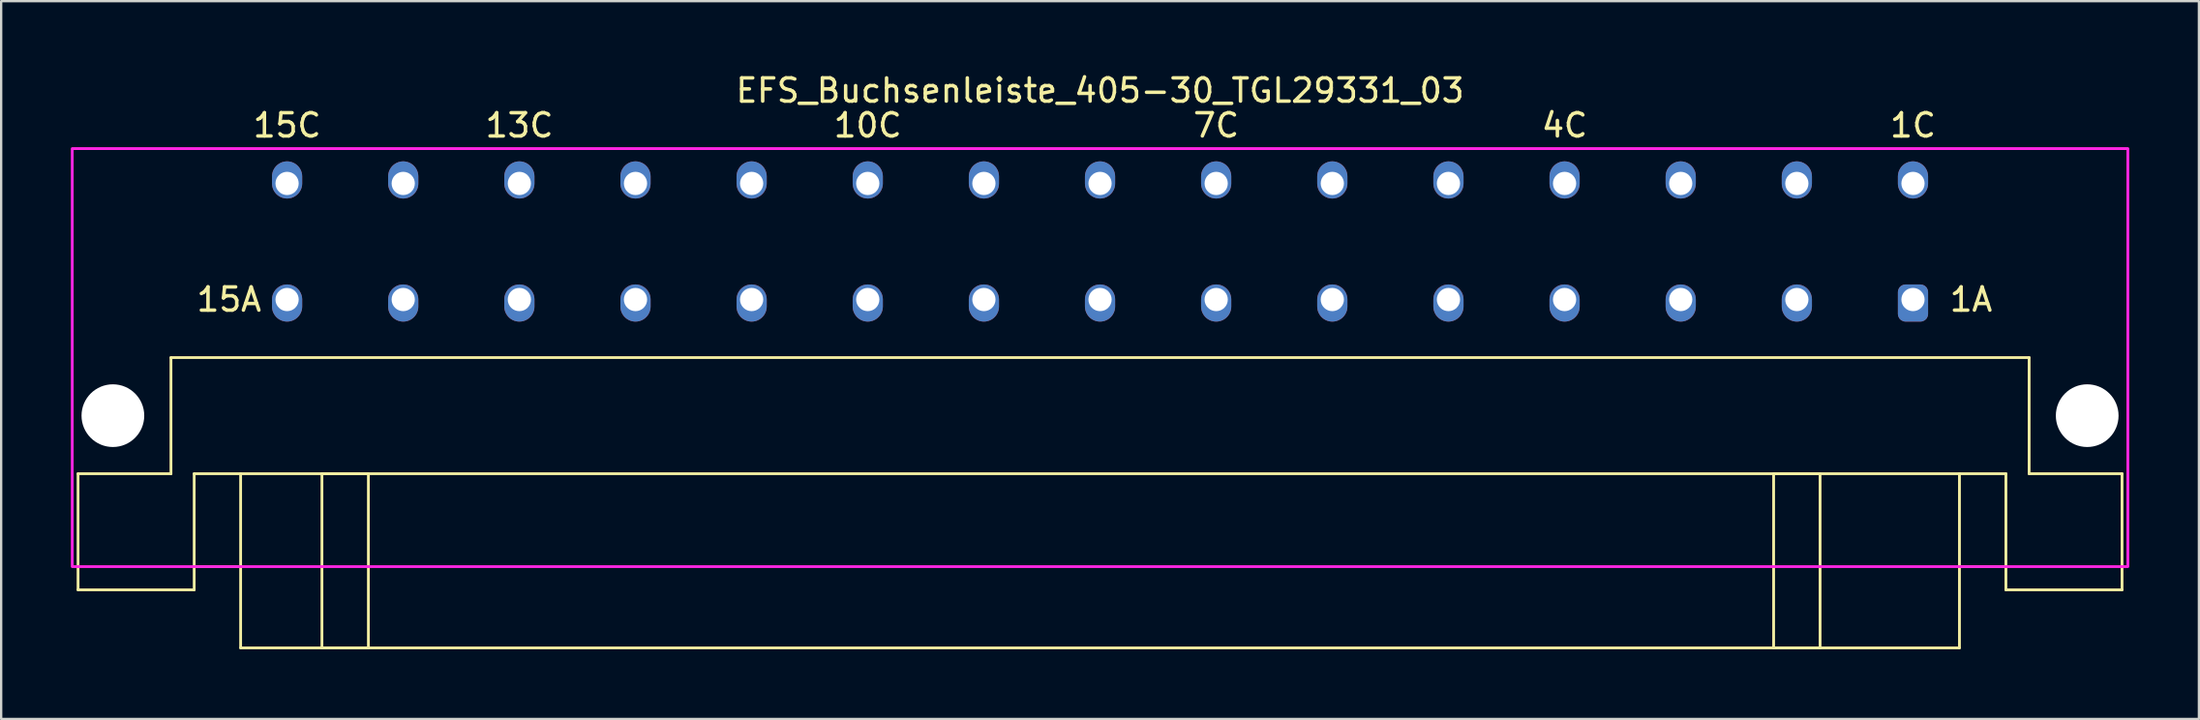
<source format=kicad_pcb>
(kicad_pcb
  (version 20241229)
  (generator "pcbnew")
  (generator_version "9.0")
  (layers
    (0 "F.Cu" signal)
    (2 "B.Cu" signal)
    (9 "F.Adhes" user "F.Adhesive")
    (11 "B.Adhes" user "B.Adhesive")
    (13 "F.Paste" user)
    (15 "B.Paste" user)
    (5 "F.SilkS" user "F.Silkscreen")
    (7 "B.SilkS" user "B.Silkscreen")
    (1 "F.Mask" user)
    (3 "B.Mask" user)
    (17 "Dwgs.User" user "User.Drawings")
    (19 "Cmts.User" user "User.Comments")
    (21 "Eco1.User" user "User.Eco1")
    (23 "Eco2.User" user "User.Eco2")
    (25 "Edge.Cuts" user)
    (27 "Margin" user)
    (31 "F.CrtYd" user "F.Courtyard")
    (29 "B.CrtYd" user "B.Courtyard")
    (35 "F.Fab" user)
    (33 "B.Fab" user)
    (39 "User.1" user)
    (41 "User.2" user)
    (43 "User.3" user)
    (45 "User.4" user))
  (footprint "EFS_Buchsenleiste_405-30_TGL29331_03"
    (layer "F.Cu")
    (at 44.31 21.348)
    (property "Reference" "EFS_Buchsenleiste_405-30_TGL29331_03" (at 0 -20.5 0) (layer "F.SilkS") (effects (font (size 1 1) (thickness 0.15))))
    (attr through_hole)
    (fp_line (start -44 -4) (end -44 1) (stroke (width 0.12) (type solid)) (layer "F.SilkS"))
    (fp_line (start -44 -4) (end -40 -4) (stroke (width 0.12) (type solid)) (layer "F.SilkS"))
    (fp_line (start -44 1) (end -39 1) (stroke (width 0.12) (type solid)) (layer "F.SilkS"))
    (fp_line (start -40 -9) (end -40 -4) (stroke (width 0.12) (type solid)) (layer "F.SilkS"))
    (fp_line (start -39 -4) (end -39 1) (stroke (width 0.12) (type solid)) (layer "F.SilkS"))
    (fp_line (start -39 -4) (end 39 -4) (stroke (width 0.12) (type solid)) (layer "F.SilkS"))
    (fp_line (start -37 0) (end -39 0) (stroke (width 0.12) (type solid)) (layer "F.SilkS"))
    (fp_line (start -37 3.5) (end -37 -4) (stroke (width 0.12) (type solid)) (layer "F.SilkS"))
    (fp_line (start -37 3.5) (end 37 3.5) (stroke (width 0.12) (type solid)) (layer "F.SilkS"))
    (fp_line (start 37 3.5) (end 37 -4) (stroke (width 0.12) (type solid)) (layer "F.SilkS"))
    (fp_line (start 39 -4) (end 39 1) (stroke (width 0.12) (type solid)) (layer "F.SilkS"))
    (fp_line (start 39 0) (end 37 0) (stroke (width 0.12) (type solid)) (layer "F.SilkS"))
    (fp_line (start 39 1) (end 44 1) (stroke (width 0.12) (type solid)) (layer "F.SilkS"))
    (fp_line (start 40 -9) (end -40 -9) (stroke (width 0.12) (type solid)) (layer "F.SilkS"))
    (fp_line (start 40 -9) (end 40 -4) (stroke (width 0.12) (type solid)) (layer "F.SilkS"))
    (fp_line (start 40 -4) (end 44 -4) (stroke (width 0.12) (type solid)) (layer "F.SilkS"))
    (fp_line (start 44 -4) (end 44 1) (stroke (width 0.12) (type solid)) (layer "F.SilkS"))
    (fp_rect (start -33.5 -4) (end -31.5 3.5) (stroke (width 0.12) (type solid)) (fill no) (layer "F.SilkS"))
    (fp_rect (start 29 -4) (end 31 3.5) (stroke (width 0.12) (type solid)) (fill no) (layer "F.SilkS"))
    (fp_rect (start -44.25 -18) (end 44.25 0) (stroke (width 0.12) (type solid)) (fill no) (layer "F.CrtYd"))
    (fp_text user "1C" (at 35 -19 180) (layer "F.SilkS") (effects (font (size 1 1) (thickness 0.15))))
    (fp_text user "4C" (at 20 -19 180) (layer "F.SilkS") (effects (font (size 1 1) (thickness 0.15))))
    (fp_text user "10C" (at -10 -19 180) (layer "F.SilkS") (effects (font (size 1 1) (thickness 0.15))))
    (fp_text user "15C" (at -35 -19 180) (layer "F.SilkS") (effects (font (size 1 1) (thickness 0.15))))
    (fp_text user "15A" (at -37.5 -11.5 180) (layer "F.SilkS") (effects (font (size 1 1) (thickness 0.15))))
    (fp_text user "13C" (at -25 -19 180) (layer "F.SilkS") (effects (font (size 1 1) (thickness 0.15))))
    (fp_text user "7C" (at 5 -19 180) (layer "F.SilkS") (effects (font (size 1 1) (thickness 0.15))))
    (fp_text user "1A" (at 37.5 -11.5 180) (layer "F.SilkS") (effects (font (size 1 1) (thickness 0.15))))
    (pad "" np_thru_hole circle (at -42.5 -6.5 180) (size 2.7 2.7) (drill 2.7) (layers "*.Cu" "*.Mask"))
    (pad "" np_thru_hole circle (at 42.5 -6.5 180) (size 2.7 2.7) (drill 2.7) (layers "*.Cu" "*.Mask"))
    (pad "1a" thru_hole roundrect (at 35 -11.5 180) (size 1.3 1.6) (drill 1 (offset 0 -0.15)) (layers "*.Cu" "*.Mask") (roundrect_rratio 0.25))
    (pad "1c" thru_hole oval (at 35 -16.5 180) (size 1.3 1.6) (drill 1 (offset 0 0.15)) (layers "*.Cu" "*.Mask"))
    (pad "2a" thru_hole oval (at 30 -11.5 180) (size 1.3 1.6) (drill 1 (offset 0 -0.15)) (layers "*.Cu" "*.Mask"))
    (pad "2c" thru_hole oval (at 30 -16.5 180) (size 1.3 1.6) (drill 1 (offset 0 0.15)) (layers "*.Cu" "*.Mask"))
    (pad "3a" thru_hole oval (at 25 -11.5 180) (size 1.3 1.6) (drill 1 (offset 0 -0.15)) (layers "*.Cu" "*.Mask"))
    (pad "3c" thru_hole oval (at 25 -16.5 180) (size 1.3 1.6) (drill 1 (offset 0 0.15)) (layers "*.Cu" "*.Mask"))
    (pad "4a" thru_hole oval (at 20 -11.5 180) (size 1.3 1.6) (drill 1 (offset 0 -0.15)) (layers "*.Cu" "*.Mask"))
    (pad "4c" thru_hole oval (at 20 -16.5 180) (size 1.3 1.6) (drill 1 (offset 0 0.15)) (layers "*.Cu" "*.Mask"))
    (pad "5a" thru_hole oval (at 15 -11.5 180) (size 1.3 1.6) (drill 1 (offset 0 -0.15)) (layers "*.Cu" "*.Mask"))
    (pad "5c" thru_hole oval (at 15 -16.5 180) (size 1.3 1.6) (drill 1 (offset 0 0.15)) (layers "*.Cu" "*.Mask"))
    (pad "6a" thru_hole oval (at 10 -11.5 180) (size 1.3 1.6) (drill 1 (offset 0 -0.15)) (layers "*.Cu" "*.Mask"))
    (pad "6c" thru_hole oval (at 10 -16.5 180) (size 1.3 1.6) (drill 1 (offset 0 0.15)) (layers "*.Cu" "*.Mask"))
    (pad "7a" thru_hole oval (at 5 -11.5 180) (size 1.3 1.6) (drill 1 (offset 0 -0.15)) (layers "*.Cu" "*.Mask"))
    (pad "7c" thru_hole oval (at 5 -16.5 180) (size 1.3 1.6) (drill 1 (offset 0 0.15)) (layers "*.Cu" "*.Mask"))
    (pad "8a" thru_hole oval (at 0 -11.5 180) (size 1.3 1.6) (drill 1 (offset 0 -0.15)) (layers "*.Cu" "*.Mask"))
    (pad "8c" thru_hole oval (at 0 -16.5 180) (size 1.3 1.6) (drill 1 (offset 0 0.15)) (layers "*.Cu" "*.Mask"))
    (pad "9a" thru_hole oval (at -5 -11.5 180) (size 1.3 1.6) (drill 1 (offset 0 -0.15)) (layers "*.Cu" "*.Mask"))
    (pad "9c" thru_hole oval (at -5 -16.5 180) (size 1.3 1.6) (drill 1 (offset 0 0.15)) (layers "*.Cu" "*.Mask"))
    (pad "10a" thru_hole oval (at -10 -11.5 180) (size 1.3 1.6) (drill 1 (offset 0 -0.15)) (layers "*.Cu" "*.Mask"))
    (pad "10c" thru_hole oval (at -10 -16.5 180) (size 1.3 1.6) (drill 1 (offset 0 0.15)) (layers "*.Cu" "*.Mask"))
    (pad "11a" thru_hole oval (at -15 -11.5 180) (size 1.3 1.6) (drill 1 (offset 0 -0.15)) (layers "*.Cu" "*.Mask"))
    (pad "11c" thru_hole oval (at -15 -16.5 180) (size 1.3 1.6) (drill 1 (offset 0 0.15)) (layers "*.Cu" "*.Mask"))
    (pad "12a" thru_hole oval (at -20 -11.5 180) (size 1.3 1.6) (drill 1 (offset 0 -0.15)) (layers "*.Cu" "*.Mask"))
    (pad "12c" thru_hole oval (at -20 -16.5 180) (size 1.3 1.6) (drill 1 (offset 0 0.15)) (layers "*.Cu" "*.Mask"))
    (pad "13a" thru_hole oval (at -25 -11.5 180) (size 1.3 1.6) (drill 1 (offset 0 -0.15)) (layers "*.Cu" "*.Mask"))
    (pad "13c" thru_hole oval (at -25 -16.5 180) (size 1.3 1.6) (drill 1 (offset 0 0.15)) (layers "*.Cu" "*.Mask"))
    (pad "14a" thru_hole oval (at -30 -11.5 180) (size 1.3 1.6) (drill 1 (offset 0 -0.15)) (layers "*.Cu" "*.Mask"))
    (pad "14c" thru_hole oval (at -30 -16.5 180) (size 1.3 1.6) (drill 1 (offset 0 0.15)) (layers "*.Cu" "*.Mask"))
    (pad "15a" thru_hole oval (at -35 -11.5 180) (size 1.3 1.6) (drill 1 (offset 0 -0.15)) (layers "*.Cu" "*.Mask"))
    (pad "15c" thru_hole oval (at -35 -16.5 180) (size 1.3 1.6) (drill 1 (offset 0 0.15)) (layers "*.Cu" "*.Mask")))
  (gr_rect
    (start -3 -3)
    (end 91.62 27.908)
    (stroke (width 0.1) (type default))
    (fill no)
    (layer "Edge.Cuts")))
</source>
